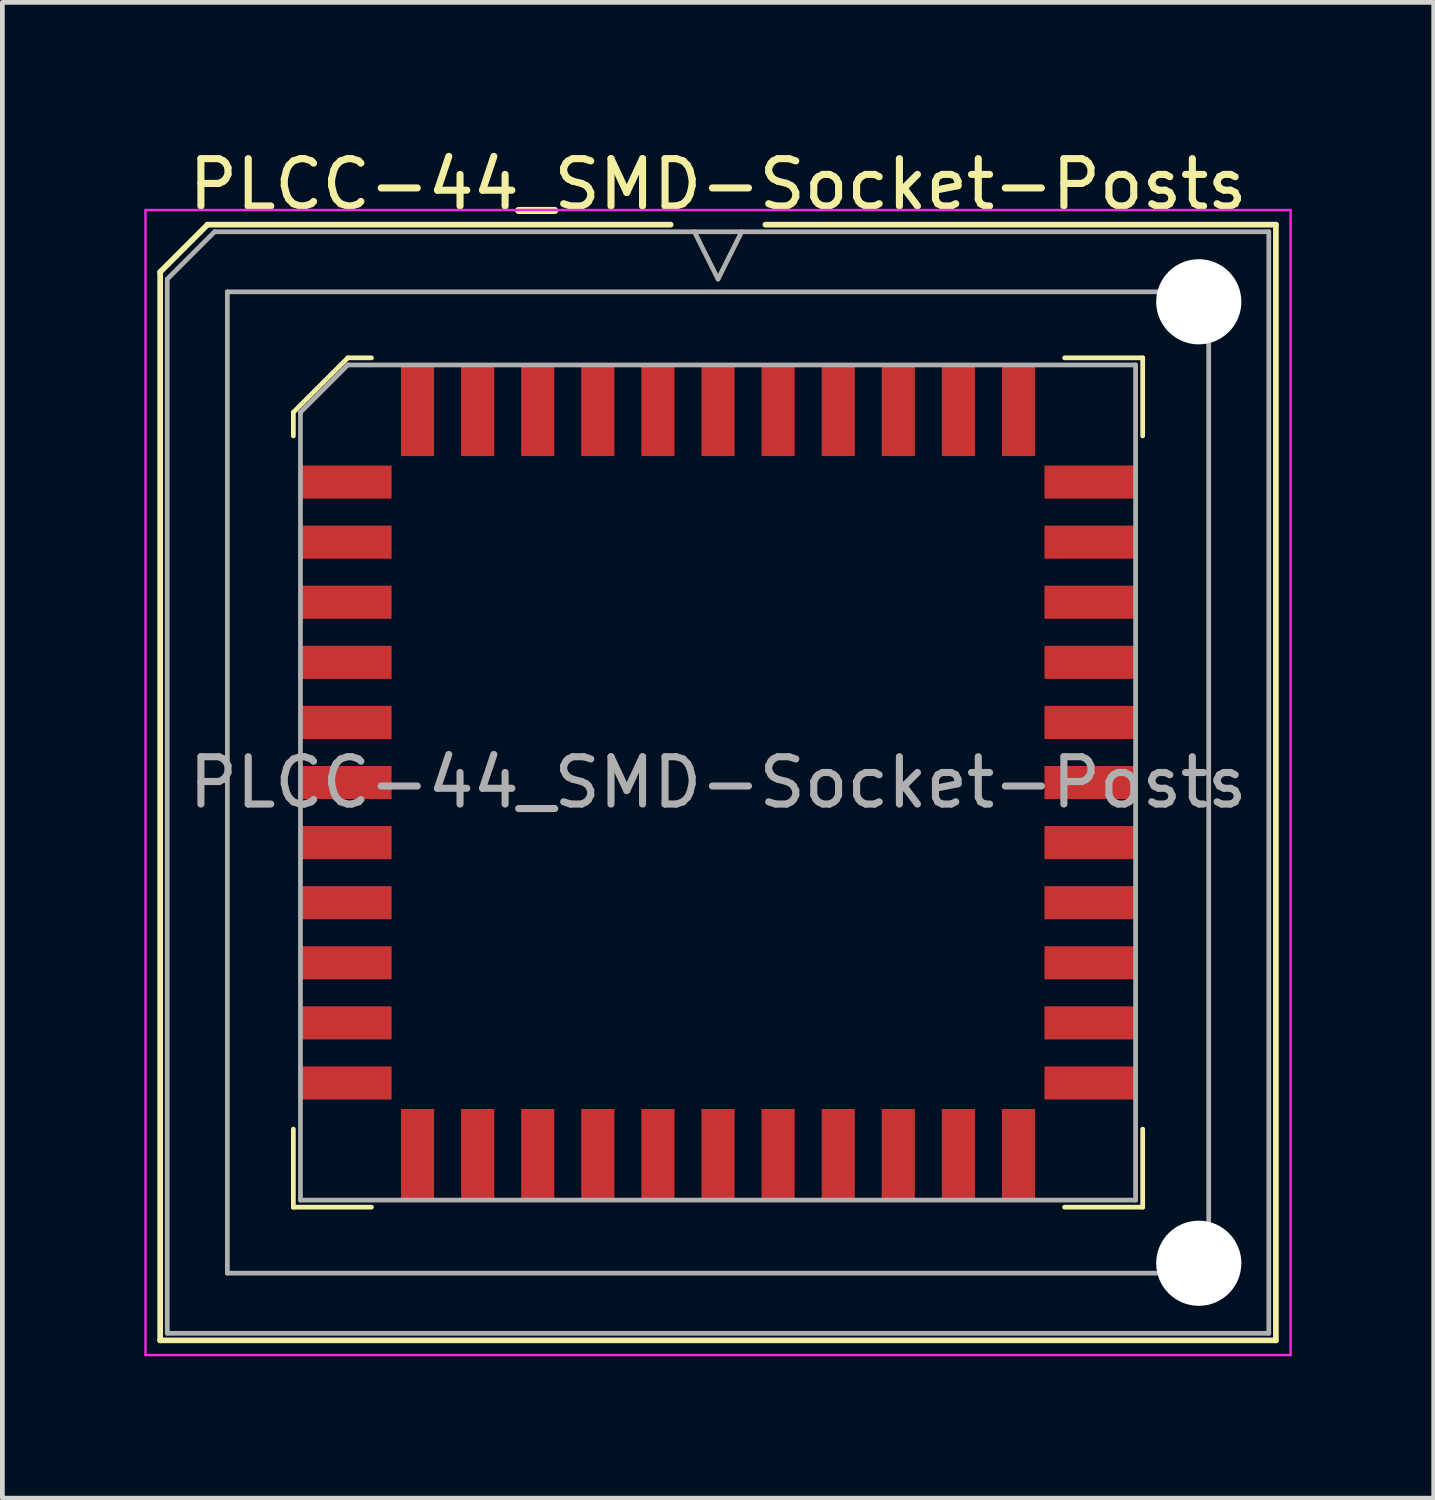
<source format=kicad_pcb>
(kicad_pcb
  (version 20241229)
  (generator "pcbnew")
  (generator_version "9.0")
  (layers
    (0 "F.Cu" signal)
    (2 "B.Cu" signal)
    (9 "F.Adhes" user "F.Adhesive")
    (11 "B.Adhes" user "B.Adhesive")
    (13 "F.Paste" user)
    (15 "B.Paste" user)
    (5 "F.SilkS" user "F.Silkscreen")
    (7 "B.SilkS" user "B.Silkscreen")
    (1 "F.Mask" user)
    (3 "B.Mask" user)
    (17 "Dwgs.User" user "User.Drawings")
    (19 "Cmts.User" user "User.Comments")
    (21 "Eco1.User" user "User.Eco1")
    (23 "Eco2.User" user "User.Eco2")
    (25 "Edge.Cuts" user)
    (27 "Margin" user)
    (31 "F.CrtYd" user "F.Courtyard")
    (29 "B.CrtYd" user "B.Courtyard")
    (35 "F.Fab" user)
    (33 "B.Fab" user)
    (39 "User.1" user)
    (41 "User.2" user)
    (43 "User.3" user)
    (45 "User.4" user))
  (footprint "PLCC-44_SMD-Socket-Posts"
    (layer "F.Cu")
    (at 12.125 13.488)
    (property "Reference" "PLCC-44_SMD-Socket-Posts" (at 0 -12.64 0) (layer "F.SilkS") (effects (font (size 1 1) (thickness 0.15))))
    (attr smd)
    (fp_line (start -11.79 -10.79) (end -11.79 11.79) (stroke (width 0.12) (type solid)) (layer "F.SilkS"))
    (fp_line (start -11.79 11.79) (end 11.79 11.79) (stroke (width 0.12) (type solid)) (layer "F.SilkS"))
    (fp_line (start -10.79 -11.79) (end -11.79 -10.79) (stroke (width 0.12) (type solid)) (layer "F.SilkS"))
    (fp_line (start -8.975 -7.825) (end -8.975 -7.325) (stroke (width 0.1) (type solid)) (layer "F.SilkS"))
    (fp_line (start -8.975 8.975) (end -8.975 7.325) (stroke (width 0.1) (type solid)) (layer "F.SilkS"))
    (fp_line (start -7.825 -8.975) (end -8.975 -7.825) (stroke (width 0.1) (type solid)) (layer "F.SilkS"))
    (fp_line (start -7.325 -8.975) (end -7.825 -8.975) (stroke (width 0.1) (type solid)) (layer "F.SilkS"))
    (fp_line (start -7.325 8.975) (end -8.975 8.975) (stroke (width 0.1) (type solid)) (layer "F.SilkS"))
    (fp_line (start -1 -11.79) (end -10.79 -11.79) (stroke (width 0.12) (type solid)) (layer "F.SilkS"))
    (fp_line (start 7.325 -8.975) (end 8.975 -8.975) (stroke (width 0.1) (type solid)) (layer "F.SilkS"))
    (fp_line (start 7.325 8.975) (end 8.975 8.975) (stroke (width 0.1) (type solid)) (layer "F.SilkS"))
    (fp_line (start 8.975 -8.975) (end 8.975 -7.325) (stroke (width 0.1) (type solid)) (layer "F.SilkS"))
    (fp_line (start 8.975 8.975) (end 8.975 7.325) (stroke (width 0.1) (type solid)) (layer "F.SilkS"))
    (fp_line (start 11.79 -11.79) (end 1 -11.79) (stroke (width 0.12) (type solid)) (layer "F.SilkS"))
    (fp_line (start 11.79 11.79) (end 11.79 -11.79) (stroke (width 0.12) (type solid)) (layer "F.SilkS"))
    (fp_line (start -12.1 -12.1) (end -12.1 12.1) (stroke (width 0.05) (type solid)) (layer "F.CrtYd"))
    (fp_line (start -12.1 12.1) (end 12.1 12.1) (stroke (width 0.05) (type solid)) (layer "F.CrtYd"))
    (fp_line (start 12.1 -12.1) (end -12.1 -12.1) (stroke (width 0.05) (type solid)) (layer "F.CrtYd"))
    (fp_line (start 12.1 12.1) (end 12.1 -12.1) (stroke (width 0.05) (type solid)) (layer "F.CrtYd"))
    (fp_line (start -11.64 -10.64) (end -11.64 11.64) (stroke (width 0.1) (type solid)) (layer "F.Fab"))
    (fp_line (start -11.64 11.64) (end 11.64 11.64) (stroke (width 0.1) (type solid)) (layer "F.Fab"))
    (fp_line (start -10.64 -11.64) (end -11.64 -10.64) (stroke (width 0.1) (type solid)) (layer "F.Fab"))
    (fp_line (start -10.37 -10.37) (end -10.37 10.37) (stroke (width 0.1) (type solid)) (layer "F.Fab"))
    (fp_line (start -10.37 10.37) (end 10.37 10.37) (stroke (width 0.1) (type solid)) (layer "F.Fab"))
    (fp_line (start -8.825 -7.825) (end -8.825 8.825) (stroke (width 0.1) (type solid)) (layer "F.Fab"))
    (fp_line (start -8.825 8.825) (end 8.825 8.825) (stroke (width 0.1) (type solid)) (layer "F.Fab"))
    (fp_line (start -7.825 -8.825) (end -8.825 -7.825) (stroke (width 0.1) (type solid)) (layer "F.Fab"))
    (fp_line (start -0.5 -11.64) (end 0 -10.64) (stroke (width 0.1) (type solid)) (layer "F.Fab"))
    (fp_line (start 0 -10.64) (end 0.5 -11.64) (stroke (width 0.1) (type solid)) (layer "F.Fab"))
    (fp_line (start 8.825 -8.825) (end -7.825 -8.825) (stroke (width 0.1) (type solid)) (layer "F.Fab"))
    (fp_line (start 8.825 8.825) (end 8.825 -8.825) (stroke (width 0.1) (type solid)) (layer "F.Fab"))
    (fp_line (start 10.37 -10.37) (end -10.37 -10.37) (stroke (width 0.1) (type solid)) (layer "F.Fab"))
    (fp_line (start 10.37 10.37) (end 10.37 -10.37) (stroke (width 0.1) (type solid)) (layer "F.Fab"))
    (fp_line (start 11.64 -11.64) (end -10.64 -11.64) (stroke (width 0.1) (type solid)) (layer "F.Fab"))
    (fp_line (start 11.64 11.64) (end 11.64 -11.64) (stroke (width 0.1) (type solid)) (layer "F.Fab"))
    (fp_text user "${REFERENCE}" (at 0 0 0) (layer "F.Fab") (effects (font (size 1 1) (thickness 0.15))))
    (pad "" np_thru_hole circle (at 10.16 -10.16) (size 1.8 1.8) (drill 1.8) (layers "*.Cu"))
    (pad "" np_thru_hole circle (at 10.16 10.16) (size 1.8 1.8) (drill 1.8) (layers "*.Cu"))
    (pad "1" smd rect (at 0 -7.862) (size 0.7 1.925) (layers "F.Cu" "F.Mask" "F.Paste"))
    (pad "2" smd rect (at -1.27 -7.862) (size 0.7 1.925) (layers "F.Cu" "F.Mask" "F.Paste"))
    (pad "3" smd rect (at -2.54 -7.862) (size 0.7 1.925) (layers "F.Cu" "F.Mask" "F.Paste"))
    (pad "4" smd rect (at -3.81 -7.862) (size 0.7 1.925) (layers "F.Cu" "F.Mask" "F.Paste"))
    (pad "5" smd rect (at -5.08 -7.862) (size 0.7 1.925) (layers "F.Cu" "F.Mask" "F.Paste"))
    (pad "6" smd rect (at -6.35 -7.862) (size 0.7 1.925) (layers "F.Cu" "F.Mask" "F.Paste"))
    (pad "7" smd rect (at -7.862 -6.35) (size 1.925 0.7) (layers "F.Cu" "F.Mask" "F.Paste"))
    (pad "8" smd rect (at -7.862 -5.08) (size 1.925 0.7) (layers "F.Cu" "F.Mask" "F.Paste"))
    (pad "9" smd rect (at -7.862 -3.81) (size 1.925 0.7) (layers "F.Cu" "F.Mask" "F.Paste"))
    (pad "10" smd rect (at -7.862 -2.54) (size 1.925 0.7) (layers "F.Cu" "F.Mask" "F.Paste"))
    (pad "11" smd rect (at -7.862 -1.27) (size 1.925 0.7) (layers "F.Cu" "F.Mask" "F.Paste"))
    (pad "12" smd rect (at -7.862 0) (size 1.925 0.7) (layers "F.Cu" "F.Mask" "F.Paste"))
    (pad "13" smd rect (at -7.862 1.27) (size 1.925 0.7) (layers "F.Cu" "F.Mask" "F.Paste"))
    (pad "14" smd rect (at -7.862 2.54) (size 1.925 0.7) (layers "F.Cu" "F.Mask" "F.Paste"))
    (pad "15" smd rect (at -7.862 3.81) (size 1.925 0.7) (layers "F.Cu" "F.Mask" "F.Paste"))
    (pad "16" smd rect (at -7.862 5.08) (size 1.925 0.7) (layers "F.Cu" "F.Mask" "F.Paste"))
    (pad "17" smd rect (at -7.862 6.35) (size 1.925 0.7) (layers "F.Cu" "F.Mask" "F.Paste"))
    (pad "18" smd rect (at -6.35 7.862) (size 0.7 1.925) (layers "F.Cu" "F.Mask" "F.Paste"))
    (pad "19" smd rect (at -5.08 7.862) (size 0.7 1.925) (layers "F.Cu" "F.Mask" "F.Paste"))
    (pad "20" smd rect (at -3.81 7.862) (size 0.7 1.925) (layers "F.Cu" "F.Mask" "F.Paste"))
    (pad "21" smd rect (at -2.54 7.862) (size 0.7 1.925) (layers "F.Cu" "F.Mask" "F.Paste"))
    (pad "22" smd rect (at -1.27 7.862) (size 0.7 1.925) (layers "F.Cu" "F.Mask" "F.Paste"))
    (pad "23" smd rect (at 0 7.862) (size 0.7 1.925) (layers "F.Cu" "F.Mask" "F.Paste"))
    (pad "24" smd rect (at 1.27 7.862) (size 0.7 1.925) (layers "F.Cu" "F.Mask" "F.Paste"))
    (pad "25" smd rect (at 2.54 7.862) (size 0.7 1.925) (layers "F.Cu" "F.Mask" "F.Paste"))
    (pad "26" smd rect (at 3.81 7.862) (size 0.7 1.925) (layers "F.Cu" "F.Mask" "F.Paste"))
    (pad "27" smd rect (at 5.08 7.862) (size 0.7 1.925) (layers "F.Cu" "F.Mask" "F.Paste"))
    (pad "28" smd rect (at 6.35 7.862) (size 0.7 1.925) (layers "F.Cu" "F.Mask" "F.Paste"))
    (pad "29" smd rect (at 7.862 6.35) (size 1.925 0.7) (layers "F.Cu" "F.Mask" "F.Paste"))
    (pad "30" smd rect (at 7.862 5.08) (size 1.925 0.7) (layers "F.Cu" "F.Mask" "F.Paste"))
    (pad "31" smd rect (at 7.862 3.81) (size 1.925 0.7) (layers "F.Cu" "F.Mask" "F.Paste"))
    (pad "32" smd rect (at 7.862 2.54) (size 1.925 0.7) (layers "F.Cu" "F.Mask" "F.Paste"))
    (pad "33" smd rect (at 7.862 1.27) (size 1.925 0.7) (layers "F.Cu" "F.Mask" "F.Paste"))
    (pad "34" smd rect (at 7.862 0) (size 1.925 0.7) (layers "F.Cu" "F.Mask" "F.Paste"))
    (pad "35" smd rect (at 7.862 -1.27) (size 1.925 0.7) (layers "F.Cu" "F.Mask" "F.Paste"))
    (pad "36" smd rect (at 7.862 -2.54) (size 1.925 0.7) (layers "F.Cu" "F.Mask" "F.Paste"))
    (pad "37" smd rect (at 7.862 -3.81) (size 1.925 0.7) (layers "F.Cu" "F.Mask" "F.Paste"))
    (pad "38" smd rect (at 7.862 -5.08) (size 1.925 0.7) (layers "F.Cu" "F.Mask" "F.Paste"))
    (pad "39" smd rect (at 7.862 -6.35) (size 1.925 0.7) (layers "F.Cu" "F.Mask" "F.Paste"))
    (pad "40" smd rect (at 6.35 -7.862) (size 0.7 1.925) (layers "F.Cu" "F.Mask" "F.Paste"))
    (pad "41" smd rect (at 5.08 -7.862) (size 0.7 1.925) (layers "F.Cu" "F.Mask" "F.Paste"))
    (pad "42" smd rect (at 3.81 -7.862) (size 0.7 1.925) (layers "F.Cu" "F.Mask" "F.Paste"))
    (pad "43" smd rect (at 2.54 -7.862) (size 0.7 1.925) (layers "F.Cu" "F.Mask" "F.Paste"))
    (pad "44" smd rect (at 1.27 -7.862) (size 0.7 1.925) (layers "F.Cu" "F.Mask" "F.Paste")))
  (gr_rect
    (start -3 -3)
    (end 27.25 28.613)
    (stroke (width 0.1) (type default))
    (fill no)
    (layer "Edge.Cuts")))
</source>
